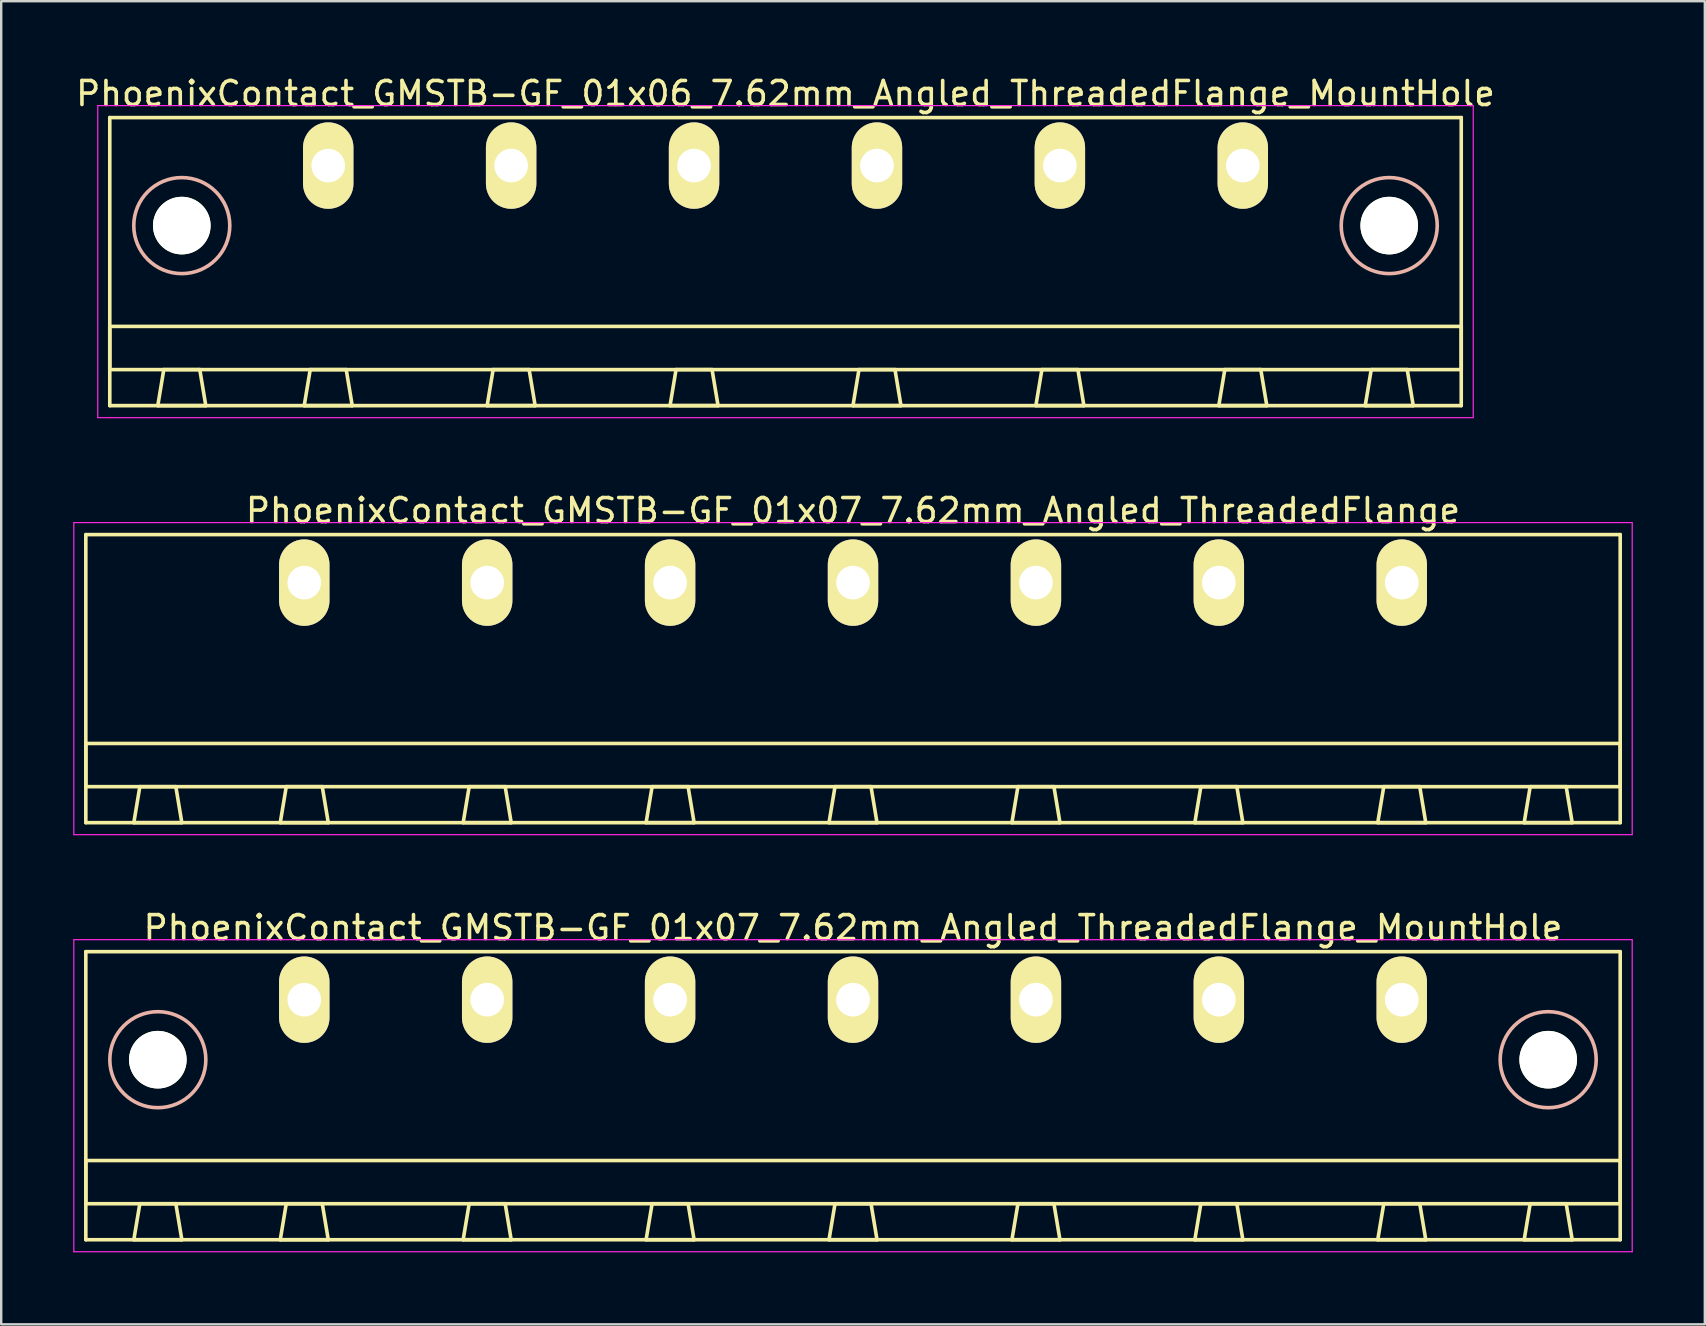
<source format=kicad_pcb>
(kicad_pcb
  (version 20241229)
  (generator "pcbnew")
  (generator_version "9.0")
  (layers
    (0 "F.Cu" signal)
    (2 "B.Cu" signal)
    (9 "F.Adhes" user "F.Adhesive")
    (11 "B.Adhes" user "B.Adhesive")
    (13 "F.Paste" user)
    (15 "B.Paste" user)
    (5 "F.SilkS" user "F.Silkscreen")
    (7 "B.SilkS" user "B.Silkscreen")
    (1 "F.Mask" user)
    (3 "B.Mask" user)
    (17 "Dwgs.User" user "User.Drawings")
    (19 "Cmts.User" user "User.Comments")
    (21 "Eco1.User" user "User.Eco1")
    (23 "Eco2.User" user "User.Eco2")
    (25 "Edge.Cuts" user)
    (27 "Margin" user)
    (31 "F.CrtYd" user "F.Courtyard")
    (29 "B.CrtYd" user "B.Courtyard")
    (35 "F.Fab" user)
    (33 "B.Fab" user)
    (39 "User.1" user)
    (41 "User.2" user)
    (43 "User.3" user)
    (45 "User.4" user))
  (footprint "PhoenixContact_GMSTB-GF_01x07_7.62mm_Angled_ThreadedFlange_MountHole"
    (layer "F.Cu")
    (at 9.625 38.595)
    (property "Reference" "PhoenixContact_GMSTB-GF_01x07_7.62mm_Angled_ThreadedFlange_MountHole" (at 22.86 -3 0) (layer "F.SilkS") (effects (font (size 1 1) (thickness 0.15))))
    (attr through_hole)
    (fp_line (start -9.1 -2) (end -9.1 10) (stroke (width 0.15) (type solid)) (layer "F.SilkS"))
    (fp_line (start -9.1 6.7) (end 54.82 6.7) (stroke (width 0.15) (type solid)) (layer "F.SilkS"))
    (fp_line (start -9.1 8.5) (end -9.1 6.7) (stroke (width 0.15) (type solid)) (layer "F.SilkS"))
    (fp_line (start -9.1 10) (end 54.82 10) (stroke (width 0.15) (type solid)) (layer "F.SilkS"))
    (fp_line (start -7.1 10) (end -5.1 10) (stroke (width 0.15) (type solid)) (layer "F.SilkS"))
    (fp_line (start -6.85 8.5) (end -7.1 10) (stroke (width 0.15) (type solid)) (layer "F.SilkS"))
    (fp_line (start -5.35 8.5) (end -6.85 8.5) (stroke (width 0.15) (type solid)) (layer "F.SilkS"))
    (fp_line (start -5.1 10) (end -5.35 8.5) (stroke (width 0.15) (type solid)) (layer "F.SilkS"))
    (fp_line (start -1 10) (end 1 10) (stroke (width 0.15) (type solid)) (layer "F.SilkS"))
    (fp_line (start -0.75 8.5) (end -1 10) (stroke (width 0.15) (type solid)) (layer "F.SilkS"))
    (fp_line (start 0.75 8.5) (end -0.75 8.5) (stroke (width 0.15) (type solid)) (layer "F.SilkS"))
    (fp_line (start 1 10) (end 0.75 8.5) (stroke (width 0.15) (type solid)) (layer "F.SilkS"))
    (fp_line (start 6.62 10) (end 8.62 10) (stroke (width 0.15) (type solid)) (layer "F.SilkS"))
    (fp_line (start 6.87 8.5) (end 6.62 10) (stroke (width 0.15) (type solid)) (layer "F.SilkS"))
    (fp_line (start 8.37 8.5) (end 6.87 8.5) (stroke (width 0.15) (type solid)) (layer "F.SilkS"))
    (fp_line (start 8.62 10) (end 8.37 8.5) (stroke (width 0.15) (type solid)) (layer "F.SilkS"))
    (fp_line (start 14.24 10) (end 16.24 10) (stroke (width 0.15) (type solid)) (layer "F.SilkS"))
    (fp_line (start 14.49 8.5) (end 14.24 10) (stroke (width 0.15) (type solid)) (layer "F.SilkS"))
    (fp_line (start 15.99 8.5) (end 14.49 8.5) (stroke (width 0.15) (type solid)) (layer "F.SilkS"))
    (fp_line (start 16.24 10) (end 15.99 8.5) (stroke (width 0.15) (type solid)) (layer "F.SilkS"))
    (fp_line (start 21.86 10) (end 23.86 10) (stroke (width 0.15) (type solid)) (layer "F.SilkS"))
    (fp_line (start 22.11 8.5) (end 21.86 10) (stroke (width 0.15) (type solid)) (layer "F.SilkS"))
    (fp_line (start 23.61 8.5) (end 22.11 8.5) (stroke (width 0.15) (type solid)) (layer "F.SilkS"))
    (fp_line (start 23.86 10) (end 23.61 8.5) (stroke (width 0.15) (type solid)) (layer "F.SilkS"))
    (fp_line (start 29.48 10) (end 31.48 10) (stroke (width 0.15) (type solid)) (layer "F.SilkS"))
    (fp_line (start 29.73 8.5) (end 29.48 10) (stroke (width 0.15) (type solid)) (layer "F.SilkS"))
    (fp_line (start 31.23 8.5) (end 29.73 8.5) (stroke (width 0.15) (type solid)) (layer "F.SilkS"))
    (fp_line (start 31.48 10) (end 31.23 8.5) (stroke (width 0.15) (type solid)) (layer "F.SilkS"))
    (fp_line (start 37.1 10) (end 39.1 10) (stroke (width 0.15) (type solid)) (layer "F.SilkS"))
    (fp_line (start 37.35 8.5) (end 37.1 10) (stroke (width 0.15) (type solid)) (layer "F.SilkS"))
    (fp_line (start 38.85 8.5) (end 37.35 8.5) (stroke (width 0.15) (type solid)) (layer "F.SilkS"))
    (fp_line (start 39.1 10) (end 38.85 8.5) (stroke (width 0.15) (type solid)) (layer "F.SilkS"))
    (fp_line (start 44.72 10) (end 46.72 10) (stroke (width 0.15) (type solid)) (layer "F.SilkS"))
    (fp_line (start 44.97 8.5) (end 44.72 10) (stroke (width 0.15) (type solid)) (layer "F.SilkS"))
    (fp_line (start 46.47 8.5) (end 44.97 8.5) (stroke (width 0.15) (type solid)) (layer "F.SilkS"))
    (fp_line (start 46.72 10) (end 46.47 8.5) (stroke (width 0.15) (type solid)) (layer "F.SilkS"))
    (fp_line (start 50.82 10) (end 52.82 10) (stroke (width 0.15) (type solid)) (layer "F.SilkS"))
    (fp_line (start 51.07 8.5) (end 50.82 10) (stroke (width 0.15) (type solid)) (layer "F.SilkS"))
    (fp_line (start 52.57 8.5) (end 51.07 8.5) (stroke (width 0.15) (type solid)) (layer "F.SilkS"))
    (fp_line (start 52.82 10) (end 52.57 8.5) (stroke (width 0.15) (type solid)) (layer "F.SilkS"))
    (fp_line (start 54.82 -2) (end -9.1 -2) (stroke (width 0.15) (type solid)) (layer "F.SilkS"))
    (fp_line (start 54.82 6.7) (end 54.82 8.5) (stroke (width 0.15) (type solid)) (layer "F.SilkS"))
    (fp_line (start 54.82 8.5) (end -9.1 8.5) (stroke (width 0.15) (type solid)) (layer "F.SilkS"))
    (fp_line (start 54.82 10) (end 54.82 -2) (stroke (width 0.15) (type solid)) (layer "F.SilkS"))
    (fp_circle (center -6.1 2.5) (end -4.1 2.5) (stroke (width 0.15) (type solid)) (fill no) (layer "B.SilkS"))
    (fp_circle (center 51.82 2.5) (end 53.82 2.5) (stroke (width 0.15) (type solid)) (fill no) (layer "B.SilkS"))
    (fp_line (start -9.6 -2.5) (end -9.6 10.5) (stroke (width 0.05) (type solid)) (layer "F.CrtYd"))
    (fp_line (start -9.6 10.5) (end 55.32 10.5) (stroke (width 0.05) (type solid)) (layer "F.CrtYd"))
    (fp_line (start 55.32 -2.5) (end -9.6 -2.5) (stroke (width 0.05) (type solid)) (layer "F.CrtYd"))
    (fp_line (start 55.32 10.5) (end 55.32 -2.5) (stroke (width 0.05) (type solid)) (layer "F.CrtYd"))
    (pad "" np_thru_hole circle (at -6.1 2.5) (size 2.4 2.4) (drill 2.4) (layers "*.Cu" "*.Mask" "F.SilkS"))
    (pad "" np_thru_hole circle (at 51.82 2.5) (size 2.4 2.4) (drill 2.4) (layers "*.Cu" "*.Mask" "F.SilkS"))
    (pad "1" thru_hole oval (at 0 0) (size 2.1 3.6) (drill 1.4) (layers "*.Cu" "*.Mask" "F.SilkS"))
    (pad "2" thru_hole oval (at 7.62 0) (size 2.1 3.6) (drill 1.4) (layers "*.Cu" "*.Mask" "F.SilkS"))
    (pad "3" thru_hole oval (at 15.24 0) (size 2.1 3.6) (drill 1.4) (layers "*.Cu" "*.Mask" "F.SilkS"))
    (pad "4" thru_hole oval (at 22.86 0) (size 2.1 3.6) (drill 1.4) (layers "*.Cu" "*.Mask" "F.SilkS"))
    (pad "5" thru_hole oval (at 30.48 0) (size 2.1 3.6) (drill 1.4) (layers "*.Cu" "*.Mask" "F.SilkS"))
    (pad "6" thru_hole oval (at 38.1 0) (size 2.1 3.6) (drill 1.4) (layers "*.Cu" "*.Mask" "F.SilkS"))
    (pad "7" thru_hole oval (at 45.72 0) (size 2.1 3.6) (drill 1.4) (layers "*.Cu" "*.Mask" "F.SilkS")))
  (footprint "PhoenixContact_GMSTB-GF_01x06_7.62mm_Angled_ThreadedFlange_MountHole"
    (layer "F.Cu")
    (at 10.623 3.848)
    (property "Reference" "PhoenixContact_GMSTB-GF_01x06_7.62mm_Angled_ThreadedFlange_MountHole" (at 19.05 -3 0) (layer "F.SilkS") (effects (font (size 1 1) (thickness 0.15))))
    (attr through_hole)
    (fp_line (start -9.1 -2) (end -9.1 10) (stroke (width 0.15) (type solid)) (layer "F.SilkS"))
    (fp_line (start -9.1 6.7) (end 47.2 6.7) (stroke (width 0.15) (type solid)) (layer "F.SilkS"))
    (fp_line (start -9.1 8.5) (end -9.1 6.7) (stroke (width 0.15) (type solid)) (layer "F.SilkS"))
    (fp_line (start -9.1 10) (end 47.2 10) (stroke (width 0.15) (type solid)) (layer "F.SilkS"))
    (fp_line (start -7.1 10) (end -5.1 10) (stroke (width 0.15) (type solid)) (layer "F.SilkS"))
    (fp_line (start -6.85 8.5) (end -7.1 10) (stroke (width 0.15) (type solid)) (layer "F.SilkS"))
    (fp_line (start -5.35 8.5) (end -6.85 8.5) (stroke (width 0.15) (type solid)) (layer "F.SilkS"))
    (fp_line (start -5.1 10) (end -5.35 8.5) (stroke (width 0.15) (type solid)) (layer "F.SilkS"))
    (fp_line (start -1 10) (end 1 10) (stroke (width 0.15) (type solid)) (layer "F.SilkS"))
    (fp_line (start -0.75 8.5) (end -1 10) (stroke (width 0.15) (type solid)) (layer "F.SilkS"))
    (fp_line (start 0.75 8.5) (end -0.75 8.5) (stroke (width 0.15) (type solid)) (layer "F.SilkS"))
    (fp_line (start 1 10) (end 0.75 8.5) (stroke (width 0.15) (type solid)) (layer "F.SilkS"))
    (fp_line (start 6.62 10) (end 8.62 10) (stroke (width 0.15) (type solid)) (layer "F.SilkS"))
    (fp_line (start 6.87 8.5) (end 6.62 10) (stroke (width 0.15) (type solid)) (layer "F.SilkS"))
    (fp_line (start 8.37 8.5) (end 6.87 8.5) (stroke (width 0.15) (type solid)) (layer "F.SilkS"))
    (fp_line (start 8.62 10) (end 8.37 8.5) (stroke (width 0.15) (type solid)) (layer "F.SilkS"))
    (fp_line (start 14.24 10) (end 16.24 10) (stroke (width 0.15) (type solid)) (layer "F.SilkS"))
    (fp_line (start 14.49 8.5) (end 14.24 10) (stroke (width 0.15) (type solid)) (layer "F.SilkS"))
    (fp_line (start 15.99 8.5) (end 14.49 8.5) (stroke (width 0.15) (type solid)) (layer "F.SilkS"))
    (fp_line (start 16.24 10) (end 15.99 8.5) (stroke (width 0.15) (type solid)) (layer "F.SilkS"))
    (fp_line (start 21.86 10) (end 23.86 10) (stroke (width 0.15) (type solid)) (layer "F.SilkS"))
    (fp_line (start 22.11 8.5) (end 21.86 10) (stroke (width 0.15) (type solid)) (layer "F.SilkS"))
    (fp_line (start 23.61 8.5) (end 22.11 8.5) (stroke (width 0.15) (type solid)) (layer "F.SilkS"))
    (fp_line (start 23.86 10) (end 23.61 8.5) (stroke (width 0.15) (type solid)) (layer "F.SilkS"))
    (fp_line (start 29.48 10) (end 31.48 10) (stroke (width 0.15) (type solid)) (layer "F.SilkS"))
    (fp_line (start 29.73 8.5) (end 29.48 10) (stroke (width 0.15) (type solid)) (layer "F.SilkS"))
    (fp_line (start 31.23 8.5) (end 29.73 8.5) (stroke (width 0.15) (type solid)) (layer "F.SilkS"))
    (fp_line (start 31.48 10) (end 31.23 8.5) (stroke (width 0.15) (type solid)) (layer "F.SilkS"))
    (fp_line (start 37.1 10) (end 39.1 10) (stroke (width 0.15) (type solid)) (layer "F.SilkS"))
    (fp_line (start 37.35 8.5) (end 37.1 10) (stroke (width 0.15) (type solid)) (layer "F.SilkS"))
    (fp_line (start 38.85 8.5) (end 37.35 8.5) (stroke (width 0.15) (type solid)) (layer "F.SilkS"))
    (fp_line (start 39.1 10) (end 38.85 8.5) (stroke (width 0.15) (type solid)) (layer "F.SilkS"))
    (fp_line (start 43.2 10) (end 45.2 10) (stroke (width 0.15) (type solid)) (layer "F.SilkS"))
    (fp_line (start 43.45 8.5) (end 43.2 10) (stroke (width 0.15) (type solid)) (layer "F.SilkS"))
    (fp_line (start 44.95 8.5) (end 43.45 8.5) (stroke (width 0.15) (type solid)) (layer "F.SilkS"))
    (fp_line (start 45.2 10) (end 44.95 8.5) (stroke (width 0.15) (type solid)) (layer "F.SilkS"))
    (fp_line (start 47.2 -2) (end -9.1 -2) (stroke (width 0.15) (type solid)) (layer "F.SilkS"))
    (fp_line (start 47.2 6.7) (end 47.2 8.5) (stroke (width 0.15) (type solid)) (layer "F.SilkS"))
    (fp_line (start 47.2 8.5) (end -9.1 8.5) (stroke (width 0.15) (type solid)) (layer "F.SilkS"))
    (fp_line (start 47.2 10) (end 47.2 -2) (stroke (width 0.15) (type solid)) (layer "F.SilkS"))
    (fp_circle (center -6.1 2.5) (end -4.1 2.5) (stroke (width 0.15) (type solid)) (fill no) (layer "B.SilkS"))
    (fp_circle (center 44.2 2.5) (end 46.2 2.5) (stroke (width 0.15) (type solid)) (fill no) (layer "B.SilkS"))
    (fp_line (start -9.6 -2.5) (end -9.6 10.5) (stroke (width 0.05) (type solid)) (layer "F.CrtYd"))
    (fp_line (start -9.6 10.5) (end 47.7 10.5) (stroke (width 0.05) (type solid)) (layer "F.CrtYd"))
    (fp_line (start 47.7 -2.5) (end -9.6 -2.5) (stroke (width 0.05) (type solid)) (layer "F.CrtYd"))
    (fp_line (start 47.7 10.5) (end 47.7 -2.5) (stroke (width 0.05) (type solid)) (layer "F.CrtYd"))
    (pad "" np_thru_hole circle (at -6.1 2.5) (size 2.4 2.4) (drill 2.4) (layers "*.Cu" "*.Mask" "F.SilkS"))
    (pad "" np_thru_hole circle (at 44.2 2.5) (size 2.4 2.4) (drill 2.4) (layers "*.Cu" "*.Mask" "F.SilkS"))
    (pad "1" thru_hole oval (at 0 0) (size 2.1 3.6) (drill 1.4) (layers "*.Cu" "*.Mask" "F.SilkS"))
    (pad "2" thru_hole oval (at 7.62 0) (size 2.1 3.6) (drill 1.4) (layers "*.Cu" "*.Mask" "F.SilkS"))
    (pad "3" thru_hole oval (at 15.24 0) (size 2.1 3.6) (drill 1.4) (layers "*.Cu" "*.Mask" "F.SilkS"))
    (pad "4" thru_hole oval (at 22.86 0) (size 2.1 3.6) (drill 1.4) (layers "*.Cu" "*.Mask" "F.SilkS"))
    (pad "5" thru_hole oval (at 30.48 0) (size 2.1 3.6) (drill 1.4) (layers "*.Cu" "*.Mask" "F.SilkS"))
    (pad "6" thru_hole oval (at 38.1 0) (size 2.1 3.6) (drill 1.4) (layers "*.Cu" "*.Mask" "F.SilkS")))
  (footprint "PhoenixContact_GMSTB-GF_01x07_7.62mm_Angled_ThreadedFlange"
    (layer "F.Cu")
    (at 9.625 21.221)
    (property "Reference" "PhoenixContact_GMSTB-GF_01x07_7.62mm_Angled_ThreadedFlange" (at 22.86 -3 0) (layer "F.SilkS") (effects (font (size 1 1) (thickness 0.15))))
    (attr through_hole)
    (fp_line (start -9.1 -2) (end -9.1 10) (stroke (width 0.15) (type solid)) (layer "F.SilkS"))
    (fp_line (start -9.1 6.7) (end 54.82 6.7) (stroke (width 0.15) (type solid)) (layer "F.SilkS"))
    (fp_line (start -9.1 8.5) (end -9.1 6.7) (stroke (width 0.15) (type solid)) (layer "F.SilkS"))
    (fp_line (start -9.1 10) (end 54.82 10) (stroke (width 0.15) (type solid)) (layer "F.SilkS"))
    (fp_line (start -7.1 10) (end -5.1 10) (stroke (width 0.15) (type solid)) (layer "F.SilkS"))
    (fp_line (start -6.85 8.5) (end -7.1 10) (stroke (width 0.15) (type solid)) (layer "F.SilkS"))
    (fp_line (start -5.35 8.5) (end -6.85 8.5) (stroke (width 0.15) (type solid)) (layer "F.SilkS"))
    (fp_line (start -5.1 10) (end -5.35 8.5) (stroke (width 0.15) (type solid)) (layer "F.SilkS"))
    (fp_line (start -1 10) (end 1 10) (stroke (width 0.15) (type solid)) (layer "F.SilkS"))
    (fp_line (start -0.75 8.5) (end -1 10) (stroke (width 0.15) (type solid)) (layer "F.SilkS"))
    (fp_line (start 0.75 8.5) (end -0.75 8.5) (stroke (width 0.15) (type solid)) (layer "F.SilkS"))
    (fp_line (start 1 10) (end 0.75 8.5) (stroke (width 0.15) (type solid)) (layer "F.SilkS"))
    (fp_line (start 6.62 10) (end 8.62 10) (stroke (width 0.15) (type solid)) (layer "F.SilkS"))
    (fp_line (start 6.87 8.5) (end 6.62 10) (stroke (width 0.15) (type solid)) (layer "F.SilkS"))
    (fp_line (start 8.37 8.5) (end 6.87 8.5) (stroke (width 0.15) (type solid)) (layer "F.SilkS"))
    (fp_line (start 8.62 10) (end 8.37 8.5) (stroke (width 0.15) (type solid)) (layer "F.SilkS"))
    (fp_line (start 14.24 10) (end 16.24 10) (stroke (width 0.15) (type solid)) (layer "F.SilkS"))
    (fp_line (start 14.49 8.5) (end 14.24 10) (stroke (width 0.15) (type solid)) (layer "F.SilkS"))
    (fp_line (start 15.99 8.5) (end 14.49 8.5) (stroke (width 0.15) (type solid)) (layer "F.SilkS"))
    (fp_line (start 16.24 10) (end 15.99 8.5) (stroke (width 0.15) (type solid)) (layer "F.SilkS"))
    (fp_line (start 21.86 10) (end 23.86 10) (stroke (width 0.15) (type solid)) (layer "F.SilkS"))
    (fp_line (start 22.11 8.5) (end 21.86 10) (stroke (width 0.15) (type solid)) (layer "F.SilkS"))
    (fp_line (start 23.61 8.5) (end 22.11 8.5) (stroke (width 0.15) (type solid)) (layer "F.SilkS"))
    (fp_line (start 23.86 10) (end 23.61 8.5) (stroke (width 0.15) (type solid)) (layer "F.SilkS"))
    (fp_line (start 29.48 10) (end 31.48 10) (stroke (width 0.15) (type solid)) (layer "F.SilkS"))
    (fp_line (start 29.73 8.5) (end 29.48 10) (stroke (width 0.15) (type solid)) (layer "F.SilkS"))
    (fp_line (start 31.23 8.5) (end 29.73 8.5) (stroke (width 0.15) (type solid)) (layer "F.SilkS"))
    (fp_line (start 31.48 10) (end 31.23 8.5) (stroke (width 0.15) (type solid)) (layer "F.SilkS"))
    (fp_line (start 37.1 10) (end 39.1 10) (stroke (width 0.15) (type solid)) (layer "F.SilkS"))
    (fp_line (start 37.35 8.5) (end 37.1 10) (stroke (width 0.15) (type solid)) (layer "F.SilkS"))
    (fp_line (start 38.85 8.5) (end 37.35 8.5) (stroke (width 0.15) (type solid)) (layer "F.SilkS"))
    (fp_line (start 39.1 10) (end 38.85 8.5) (stroke (width 0.15) (type solid)) (layer "F.SilkS"))
    (fp_line (start 44.72 10) (end 46.72 10) (stroke (width 0.15) (type solid)) (layer "F.SilkS"))
    (fp_line (start 44.97 8.5) (end 44.72 10) (stroke (width 0.15) (type solid)) (layer "F.SilkS"))
    (fp_line (start 46.47 8.5) (end 44.97 8.5) (stroke (width 0.15) (type solid)) (layer "F.SilkS"))
    (fp_line (start 46.72 10) (end 46.47 8.5) (stroke (width 0.15) (type solid)) (layer "F.SilkS"))
    (fp_line (start 50.82 10) (end 52.82 10) (stroke (width 0.15) (type solid)) (layer "F.SilkS"))
    (fp_line (start 51.07 8.5) (end 50.82 10) (stroke (width 0.15) (type solid)) (layer "F.SilkS"))
    (fp_line (start 52.57 8.5) (end 51.07 8.5) (stroke (width 0.15) (type solid)) (layer "F.SilkS"))
    (fp_line (start 52.82 10) (end 52.57 8.5) (stroke (width 0.15) (type solid)) (layer "F.SilkS"))
    (fp_line (start 54.82 -2) (end -9.1 -2) (stroke (width 0.15) (type solid)) (layer "F.SilkS"))
    (fp_line (start 54.82 6.7) (end 54.82 8.5) (stroke (width 0.15) (type solid)) (layer "F.SilkS"))
    (fp_line (start 54.82 8.5) (end -9.1 8.5) (stroke (width 0.15) (type solid)) (layer "F.SilkS"))
    (fp_line (start 54.82 10) (end 54.82 -2) (stroke (width 0.15) (type solid)) (layer "F.SilkS"))
    (fp_line (start -9.6 -2.5) (end -9.6 10.5) (stroke (width 0.05) (type solid)) (layer "F.CrtYd"))
    (fp_line (start -9.6 10.5) (end 55.32 10.5) (stroke (width 0.05) (type solid)) (layer "F.CrtYd"))
    (fp_line (start 55.32 -2.5) (end -9.6 -2.5) (stroke (width 0.05) (type solid)) (layer "F.CrtYd"))
    (fp_line (start 55.32 10.5) (end 55.32 -2.5) (stroke (width 0.05) (type solid)) (layer "F.CrtYd"))
    (pad "1" thru_hole oval (at 0 0) (size 2.1 3.6) (drill 1.4) (layers "*.Cu" "*.Mask" "F.SilkS"))
    (pad "2" thru_hole oval (at 7.62 0) (size 2.1 3.6) (drill 1.4) (layers "*.Cu" "*.Mask" "F.SilkS"))
    (pad "3" thru_hole oval (at 15.24 0) (size 2.1 3.6) (drill 1.4) (layers "*.Cu" "*.Mask" "F.SilkS"))
    (pad "4" thru_hole oval (at 22.86 0) (size 2.1 3.6) (drill 1.4) (layers "*.Cu" "*.Mask" "F.SilkS"))
    (pad "5" thru_hole oval (at 30.48 0) (size 2.1 3.6) (drill 1.4) (layers "*.Cu" "*.Mask" "F.SilkS"))
    (pad "6" thru_hole oval (at 38.1 0) (size 2.1 3.6) (drill 1.4) (layers "*.Cu" "*.Mask" "F.SilkS"))
    (pad "7" thru_hole oval (at 45.72 0) (size 2.1 3.6) (drill 1.4) (layers "*.Cu" "*.Mask" "F.SilkS")))
  (gr_rect
    (start -3 -3)
    (end 67.97 52.12)
    (stroke (width 0.1) (type default))
    (fill no)
    (layer "Edge.Cuts")))
</source>
